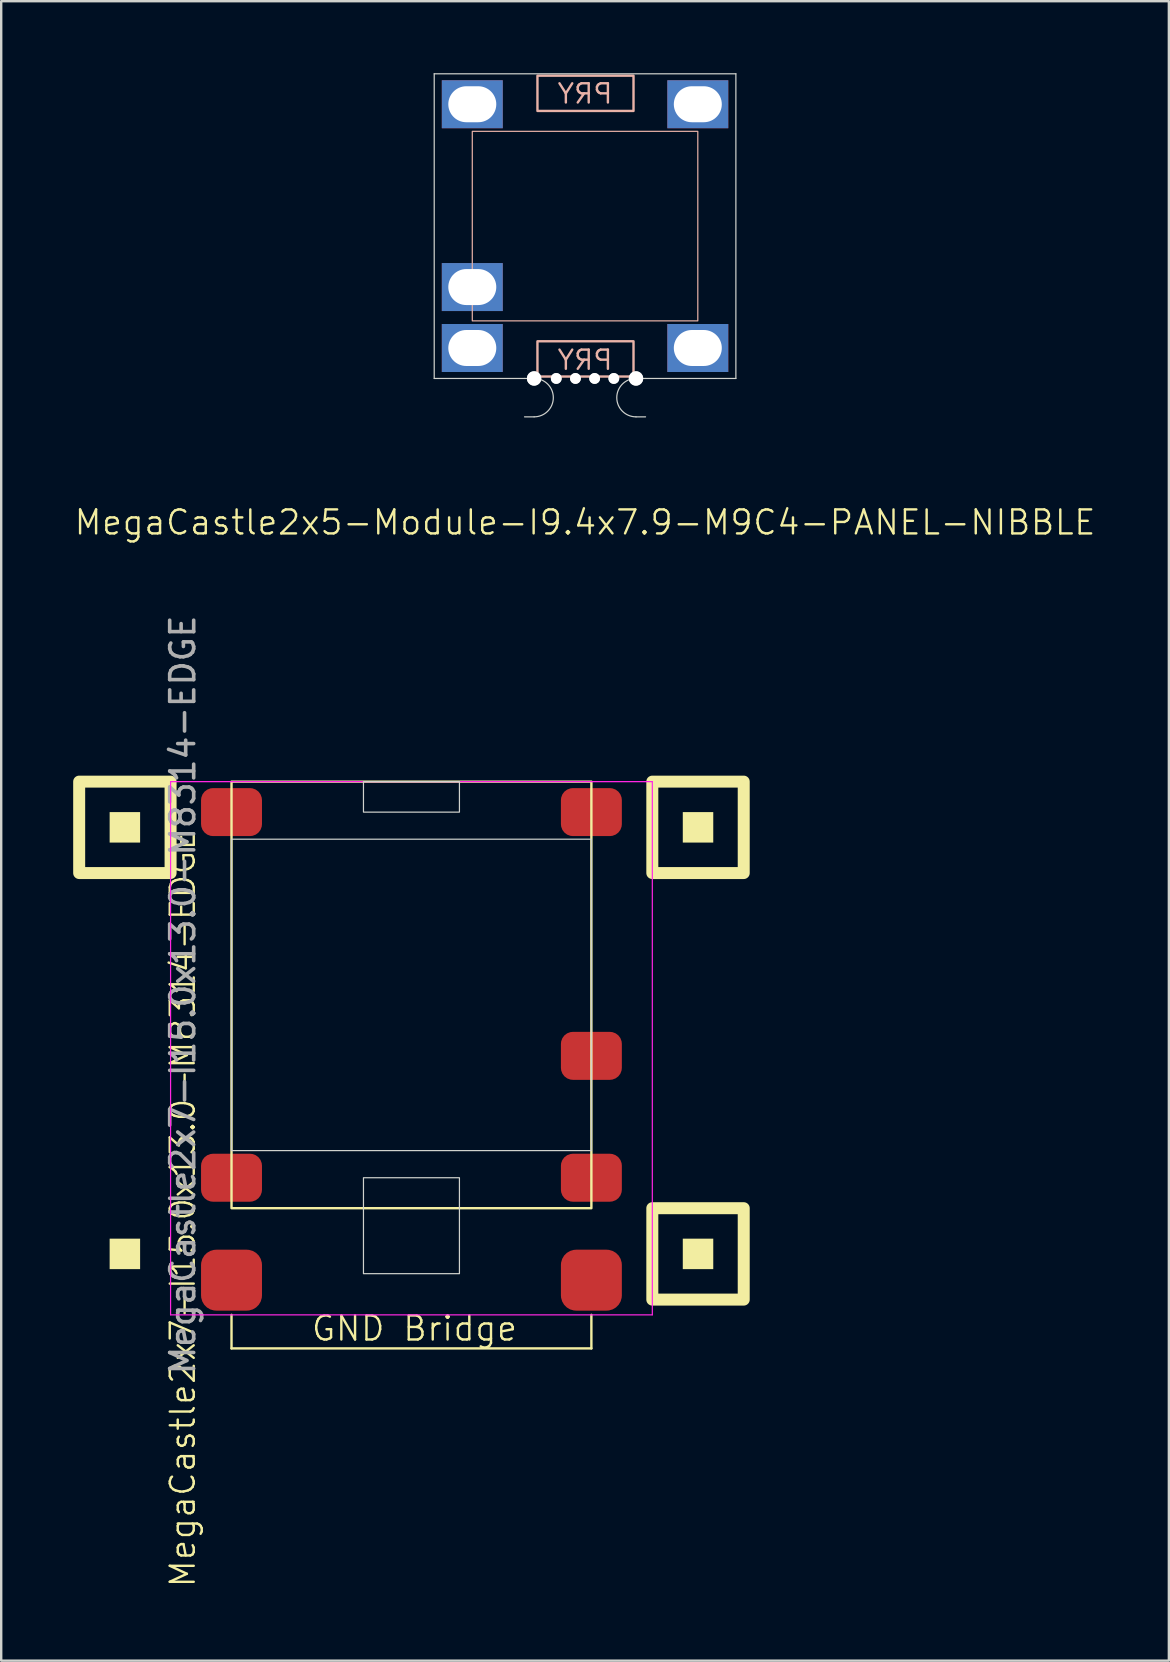
<source format=kicad_pcb>
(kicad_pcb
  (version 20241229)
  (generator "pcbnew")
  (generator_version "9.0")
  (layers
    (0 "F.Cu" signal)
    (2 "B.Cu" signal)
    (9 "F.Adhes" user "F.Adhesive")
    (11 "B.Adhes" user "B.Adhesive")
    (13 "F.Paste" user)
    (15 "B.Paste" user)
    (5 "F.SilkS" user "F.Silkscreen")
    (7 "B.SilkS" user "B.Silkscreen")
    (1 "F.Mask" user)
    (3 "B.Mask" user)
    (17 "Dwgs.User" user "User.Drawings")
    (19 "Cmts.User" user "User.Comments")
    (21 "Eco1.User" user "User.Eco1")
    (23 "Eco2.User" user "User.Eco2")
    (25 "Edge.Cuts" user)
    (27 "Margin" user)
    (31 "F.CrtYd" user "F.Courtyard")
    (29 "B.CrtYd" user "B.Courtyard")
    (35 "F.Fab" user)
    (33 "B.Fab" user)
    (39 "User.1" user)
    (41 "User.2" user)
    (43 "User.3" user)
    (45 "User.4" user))
  (footprint "MegaCastle2x5-Module-I9.4x7.9-M9C4-PANEL-NIBBLE"
    (layer "F.Cu")
    (at 21.336 6.375)
    (property "Reference" "MegaCastle2x5-Module-I9.4x7.9-M9C4-PANEL-NIBBLE" (at 0 12.35 0) (unlocked yes) (layer "F.SilkS") (effects (font (size 1 1) (thickness 0.1))))
    (attr smd)
    (fp_rect (start -4.7 3.95) (end 4.7 -3.95) (stroke (width 0.05) (type default)) (fill no) (layer "B.SilkS"))
    (fp_rect (start -1.984 -4.801) (end 2.02 -6.27) (stroke (width 0.1) (type default)) (fill no) (layer "B.SilkS"))
    (fp_rect (start -1.984 4.801) (end 2.02 6.27) (stroke (width 0.1) (type default)) (fill no) (layer "B.SilkS"))
    (fp_line (start -6.287 -6.35) (end -6.287 6.35) (stroke (width 0.05) (type default)) (layer "Edge.Cuts"))
    (fp_line (start -6.287 -6.35) (end 6.287 -6.35) (stroke (width 0.05) (type default)) (layer "Edge.Cuts"))
    (fp_line (start -6.287 6.35) (end -2.522 6.35) (stroke (width 0.05) (type default)) (layer "Edge.Cuts"))
    (fp_line (start -2.522 6.35) (end -2.123 6.35) (stroke (width 0.05) (type default)) (layer "Edge.Cuts"))
    (fp_line (start -2.522 7.95) (end -2.123 7.95) (stroke (width 0.05) (type default)) (layer "Edge.Cuts"))
    (fp_line (start 2.522 6.35) (end 2.123 6.35) (stroke (width 0.05) (type default)) (layer "Edge.Cuts"))
    (fp_line (start 2.522 6.35) (end 6.287 6.35) (stroke (width 0.05) (type default)) (layer "Edge.Cuts"))
    (fp_line (start 2.522 7.95) (end 2.123 7.95) (stroke (width 0.05) (type default)) (layer "Edge.Cuts"))
    (fp_line (start 6.287 -6.35) (end 6.287 6.35) (stroke (width 0.05) (type default)) (layer "Edge.Cuts"))
    (fp_arc (start -2.1225 6.35) (mid -1.3225 7.15) (end -2.1225 7.95) (stroke (width 0.05) (type default)) (layer "Edge.Cuts"))
    (fp_arc (start 2.1225 7.95) (mid 1.3225 7.15) (end 2.1225 6.35) (stroke (width 0.05) (type default)) (layer "Edge.Cuts"))
    (fp_text user "PRY" (at 0 -5.05 0) (unlocked yes) (layer "B.SilkS") (effects (font (size 0.8 0.8) (thickness 0.1)) (justify bottom mirror)))
    (fp_text user "PRY" (at 0 6.05 0) (unlocked yes) (layer "B.SilkS") (effects (font (size 0.8 0.8) (thickness 0.1)) (justify bottom mirror)))
    (pad "" np_thru_hole circle (at -2.123 6.35) (size 0.6 0.6) (drill 0.6) (layers "*.Cu" "Edge.Cuts"))
    (pad "" np_thru_hole circle (at -1.2 6.35) (size 0.45 0.45) (drill 0.45) (layers "*.Cu" "Edge.Cuts"))
    (pad "" np_thru_hole circle (at -0.4 6.35) (size 0.45 0.45) (drill 0.45) (layers "*.Cu" "Edge.Cuts"))
    (pad "" np_thru_hole circle (at 0.4 6.35) (size 0.45 0.45) (drill 0.45) (layers "*.Cu" "Edge.Cuts"))
    (pad "" np_thru_hole circle (at 1.2 6.35) (size 0.45 0.45) (drill 0.45) (layers "*.Cu" "Edge.Cuts"))
    (pad "" np_thru_hole circle (at 2.123 6.35) (size 0.6 0.6) (drill 0.6) (layers "*.Cu" "Edge.Cuts"))
    (pad "1" thru_hole rect (at -4.7 -5.08) (size 2.54 2) (drill oval 2 1.5) (property pad_prop_castellated) (layers "*.Cu" "*.Mask"))
    (pad "4" thru_hole rect (at -4.7 2.54) (size 2.54 2) (drill oval 2 1.5) (property pad_prop_castellated) (layers "*.Cu" "*.Mask"))
    (pad "5" thru_hole rect (at -4.7 5.08) (size 2.54 2) (drill oval 2 1.5) (property pad_prop_castellated) (layers "*.Cu" "*.Mask"))
    (pad "6" thru_hole rect (at 4.7 -5.08) (size 2.54 2) (drill oval 2 1.5) (property pad_prop_castellated) (layers "*.Cu" "*.Mask"))
    (pad "10" thru_hole rect (at 4.7 5.08) (size 2.54 2) (drill oval 2 1.5) (property pad_prop_castellated) (layers "*.Cu" "*.Mask"))
    (zone (net_name "") (layer "B.Cu") (hatch edge 0.5) (connect_pads) (min_thickness 0.25) (filled_areas_thickness no) (keepout (tracks allowed) (vias allowed) (pads allowed) (copperpour allowed) (footprints not_allowed)) (placement (enabled no)) (fill) (polygon (pts (xy 16.636 12.725) (xy 16.636 0.025))))
    (zone (net_name "") (layer "B.Cu") (hatch edge 0.5) (connect_pads) (min_thickness 0.25) (filled_areas_thickness no) (keepout (tracks allowed) (vias allowed) (pads allowed) (copperpour allowed) (footprints not_allowed)) (placement (enabled no)) (fill) (polygon (pts (xy 26.036 12.725) (xy 26.036 0.025))))
    (zone (net_name "") (layer "B.Cu") (hatch edge 0.5) (connect_pads) (min_thickness 0.25) (filled_areas_thickness no) (keepout (tracks allowed) (vias allowed) (pads allowed) (copperpour allowed) (footprints not_allowed)) (placement (enabled no)) (fill) (polygon (pts (xy 16.636 0.025) (xy 16.636 2.425) (xy 26.036 2.425) (xy 26.036 0.025))))
    (zone (net_name "") (layer "B.Cu") (hatch edge 0.5) (connect_pads) (min_thickness 0.25) (filled_areas_thickness no) (keepout (tracks allowed) (vias allowed) (pads allowed) (copperpour allowed) (footprints not_allowed)) (placement (enabled no)) (fill) (polygon (pts (xy 16.636 12.725) (xy 16.636 10.325) (xy 26.036 10.325) (xy 26.036 12.725))))
    (zone (net_name "") (layer "B.Cu") (name "Upper Pry Zone") (hatch edge 0.5) (connect_pads) (min_thickness 0.25) (filled_areas_thickness no) (keepout (tracks not_allowed) (vias not_allowed) (pads not_allowed) (copperpour allowed) (footprints not_allowed)) (placement (enabled no)) (fill) (polygon (pts (xy 19.351 1.574) (xy 19.351 0.105) (xy 23.355 0.105) (xy 23.355 1.574))))
    (zone (net_name "") (layer "B.Cu") (name "Upper Pry Zone") (hatch edge 0.5) (connect_pads) (min_thickness 0.25) (filled_areas_thickness no) (keepout (tracks not_allowed) (vias not_allowed) (pads not_allowed) (copperpour allowed) (footprints not_allowed)) (placement (enabled no)) (fill) (polygon (pts (xy 19.351 11.176) (xy 19.351 12.645) (xy 23.355 12.645) (xy 23.355 11.176)))))
  (footprint "MegaCastle2x7-I15.0x13.0-M8314-EDGE"
    (layer "F.Cu")
    (at 14.1 38.42)
    (property "Reference" "MegaCastle2x7-I15.0x13.0-M8314-EDGE" (at -9.532 8.89 90) (unlocked yes) (layer "F.SilkS") (effects (font (size 1 1) (thickness 0.1))))
    (attr smd)
    (fp_line (start -7.5 13.335) (end -7.5 14.735) (stroke (width 0.1) (type default)) (layer "F.SilkS"))
    (fp_line (start -7.5 14.735) (end 7.5 14.735) (stroke (width 0.1) (type default)) (layer "F.SilkS"))
    (fp_line (start 7.5 13.335) (end 7.5 14.735) (stroke (width 0.1) (type default)) (layer "F.SilkS"))
    (fp_rect (start -11.31 -6.35) (end -12.58 -7.62) (stroke (width 0) (type solid)) (fill yes) (layer "F.SilkS"))
    (fp_rect (start -11.31 11.43) (end -12.58 10.16) (stroke (width 0) (type solid)) (fill yes) (layer "F.SilkS"))
    (fp_rect (start -10.04 -5.08) (end -13.85 -8.89) (stroke (width 0.5) (type default)) (fill no) (layer "F.SilkS"))
    (fp_rect (start -7.5 -8.89) (end 7.5 8.89) (stroke (width 0.1) (type default)) (fill no) (layer "F.SilkS"))
    (fp_rect (start 12.58 -6.35) (end 11.31 -7.62) (stroke (width 0) (type solid)) (fill yes) (layer "F.SilkS"))
    (fp_rect (start 12.58 11.43) (end 11.31 10.16) (stroke (width 0) (type solid)) (fill yes) (layer "F.SilkS"))
    (fp_rect (start 13.85 -5.08) (end 10.04 -8.89) (stroke (width 0.5) (type default)) (fill no) (layer "F.SilkS"))
    (fp_rect (start 13.85 12.7) (end 10.04 8.89) (stroke (width 0.5) (type default)) (fill no) (layer "F.SilkS"))
    (fp_rect (start -7.5 -6.49) (end 7.5 6.49) (stroke (width 0.05) (type default)) (fill no) (layer "Edge.Cuts"))
    (fp_rect (start -2 -7.62) (end 2 -8.89) (stroke (width 0.05) (type default)) (fill no) (layer "Edge.Cuts"))
    (fp_rect (start -2 7.62) (end 2 11.62) (stroke (width 0.05) (type default)) (fill no) (layer "Edge.Cuts"))
    (fp_line (start -10.04 -8.89) (end -10.04 13.335) (stroke (width 0.05) (type default)) (layer "F.CrtYd"))
    (fp_line (start -10.04 13.335) (end 10.04 13.335) (stroke (width 0.05) (type default)) (layer "F.CrtYd"))
    (fp_line (start 10.04 -8.89) (end -10.04 -8.89) (stroke (width 0.05) (type default)) (layer "F.CrtYd"))
    (fp_line (start 10.04 -8.89) (end 10.04 13.335) (stroke (width 0.05) (type default)) (layer "F.CrtYd"))
    (fp_text user "GND Bridge" (at -4.226 14.49 0) (unlocked yes) (layer "F.SilkS") (effects (font (size 1 1) (thickness 0.1)) (justify left bottom)))
    (fp_text user "${REFERENCE}" (at -9.532 0 90) (unlocked yes) (layer "F.Fab") (effects (font (size 1 1) (thickness 0.15))))
    (pad "1" smd roundrect (at -7.5 -7.62) (size 2.54 2) (layers "F.Cu" "F.Mask" "F.Paste") (roundrect_rratio 0.25))
    (pad "7" smd roundrect (at -7.5 7.62) (size 2.54 2) (layers "F.Cu" "F.Mask" "F.Paste") (roundrect_rratio 0.25))
    (pad "8" smd roundrect (at 7.5 -7.62) (size 2.54 2) (layers "F.Cu" "F.Mask" "F.Paste") (roundrect_rratio 0.25))
    (pad "12" smd roundrect (at 7.5 2.54) (size 2.54 2) (layers "F.Cu" "F.Mask" "F.Paste") (roundrect_rratio 0.25))
    (pad "14" smd roundrect (at 7.5 7.62) (size 2.54 2) (layers "F.Cu" "F.Mask" "F.Paste") (roundrect_rratio 0.25))
    (pad "B1" smd roundrect (at -7.5 11.89) (size 2.54 2.54) (layers "F.Cu" "F.Mask" "F.Paste") (roundrect_rratio 0.25))
    (pad "B2" smd roundrect (at 7.5 11.89) (size 2.54 2.54) (layers "F.Cu" "F.Mask" "F.Paste") (roundrect_rratio 0.25)))
  (gr_rect
    (start -3 -3)
    (end 45.671 66.17)
    (stroke (width 0.1) (type default))
    (fill no)
    (layer "Edge.Cuts")))
</source>
